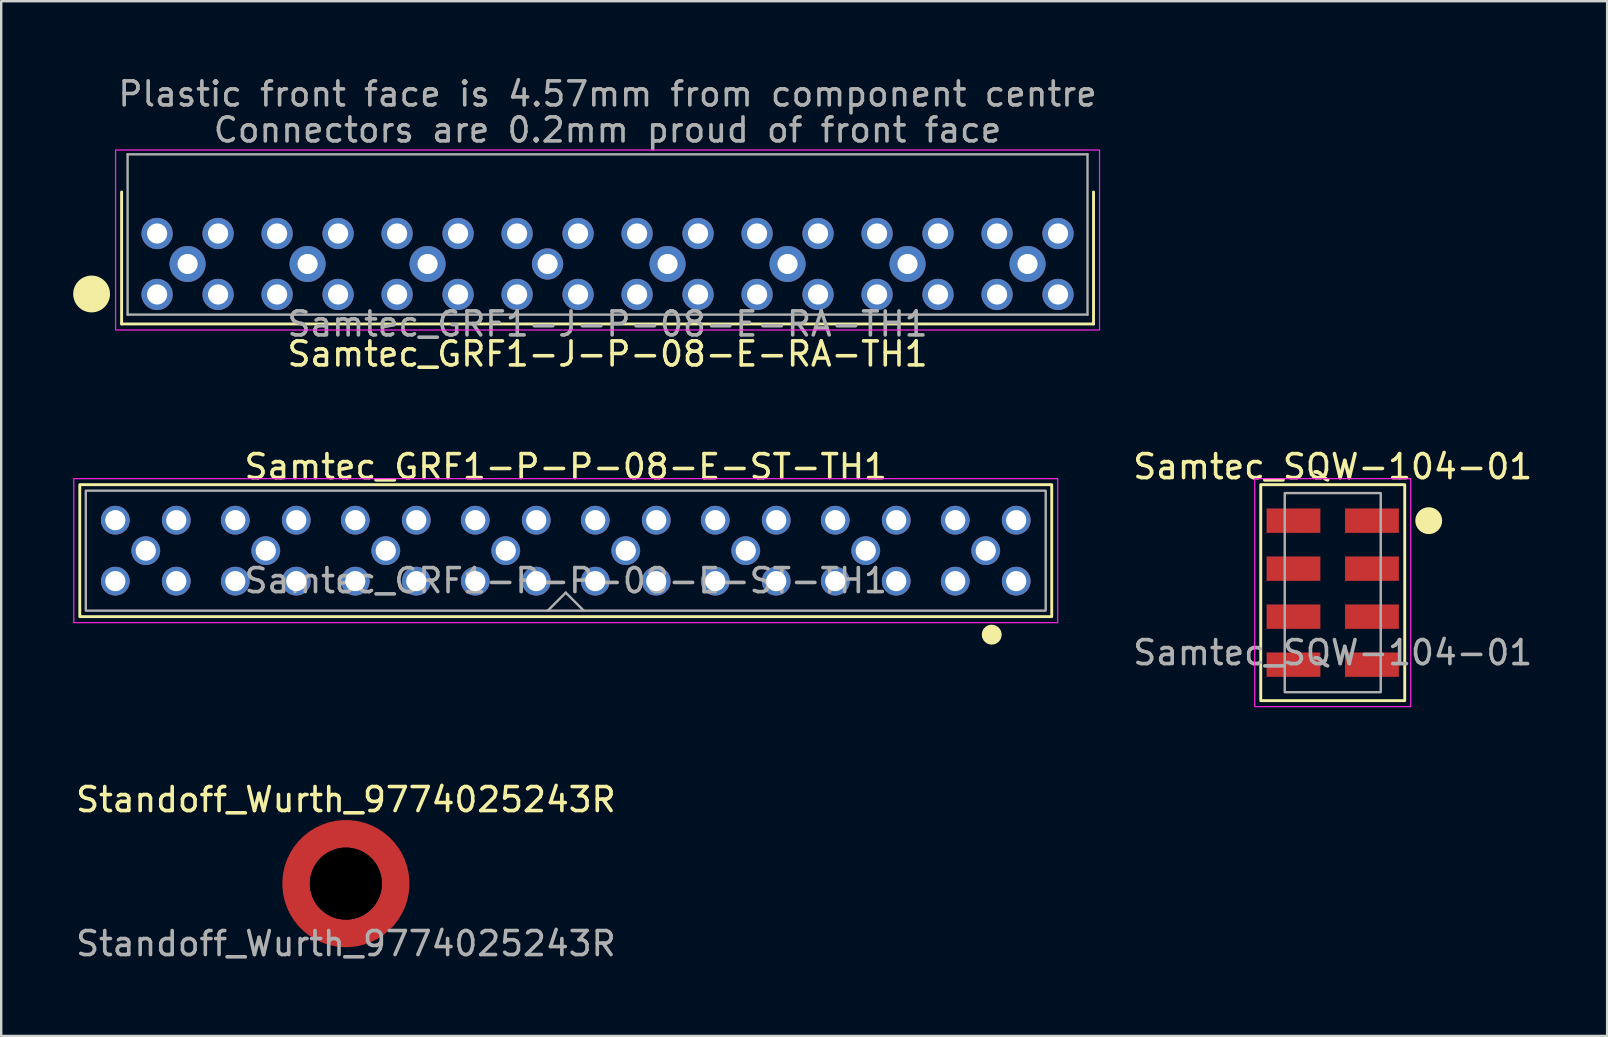
<source format=kicad_pcb>
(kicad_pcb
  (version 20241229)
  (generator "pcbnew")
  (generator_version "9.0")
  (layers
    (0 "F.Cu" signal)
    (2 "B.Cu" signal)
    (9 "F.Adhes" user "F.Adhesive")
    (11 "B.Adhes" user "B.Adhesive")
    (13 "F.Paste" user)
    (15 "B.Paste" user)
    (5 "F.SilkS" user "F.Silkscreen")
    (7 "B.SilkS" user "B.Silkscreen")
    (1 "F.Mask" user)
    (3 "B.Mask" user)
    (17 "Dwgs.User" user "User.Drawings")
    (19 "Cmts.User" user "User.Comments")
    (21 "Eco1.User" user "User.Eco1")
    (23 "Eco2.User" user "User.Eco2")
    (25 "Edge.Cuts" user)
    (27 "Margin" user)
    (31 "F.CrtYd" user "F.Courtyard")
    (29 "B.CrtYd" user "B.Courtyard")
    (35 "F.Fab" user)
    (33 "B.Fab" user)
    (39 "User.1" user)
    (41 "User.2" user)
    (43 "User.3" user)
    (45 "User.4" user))
  (footprint "Samtec_GRF1-J-P-08-E-RA-TH1"
    (layer "F.Cu")
    (at 22.267 7.95)
    (property "Reference" "Samtec_GRF1-J-P-08-E-RA-TH1" (at 0 3.75 0) (unlocked yes) (layer "F.SilkS") (effects (font (size 1 1) (thickness 0.15))))
    (attr through_hole)
    (fp_line (start -20.25 -3) (end -20.25 2.5) (stroke (width 0.12) (type default)) (layer "F.SilkS"))
    (fp_line (start -20.25 2.5) (end 20.25 2.5) (stroke (width 0.12) (type default)) (layer "F.SilkS"))
    (fp_line (start 20.25 2.5) (end 20.25 -3) (stroke (width 0.12) (type default)) (layer "F.SilkS"))
    (fp_circle (center -21.5 1.25) (end -20.793 1.25) (stroke (width 0.12) (type solid)) (fill yes) (layer "F.SilkS"))
    (fp_rect (start -20.5 -4.75) (end 20.5 2.75) (stroke (width 0.05) (type default)) (fill no) (layer "F.CrtYd"))
    (fp_line (start -20 -4.57) (end -20 2.11) (stroke (width 0.1) (type default)) (layer "F.Fab"))
    (fp_line (start -20 -4.57) (end 20 -4.57) (stroke (width 0.1) (type default)) (layer "F.Fab"))
    (fp_line (start 20 -4.57) (end 20 2.11) (stroke (width 0.1) (type default)) (layer "F.Fab"))
    (fp_line (start 20 2.11) (end -20 2.11) (stroke (width 0.1) (type default)) (layer "F.Fab"))
    (fp_text user "Connectors are 0.2mm proud of front face" (at 0 -5 0) (unlocked yes) (layer "F.Fab") (effects (font (size 1 1) (thickness 0.15)) (justify bottom)))
    (fp_text user "Plastic front face is 4.57mm from component centre" (at 0 -6.5 0) (unlocked yes) (layer "F.Fab") (effects (font (size 1 1) (thickness 0.15)) (justify bottom)))
    (fp_text user "${REFERENCE}" (at 0 2.5 0) (unlocked yes) (layer "F.Fab") (effects (font (size 1 1) (thickness 0.15))))
    (pad "1" thru_hole circle (at -17.5 0) (size 1.5 1.5) (drill 0.84) (layers "*.Cu" "*.Mask"))
    (pad "2" thru_hole circle (at -12.5 0) (size 1.5 1.5) (drill 0.84) (layers "*.Cu" "*.Mask"))
    (pad "3" thru_hole circle (at -7.5 0) (size 1.5 1.5) (drill 0.84) (layers "*.Cu" "*.Mask"))
    (pad "4" thru_hole circle (at -2.5 0) (size 1.3 1.3) (drill 0.84) (layers "*.Cu" "*.Mask"))
    (pad "5" thru_hole circle (at 2.5 0) (size 1.5 1.5) (drill 0.84) (layers "*.Cu" "*.Mask"))
    (pad "6" thru_hole circle (at 7.5 0) (size 1.5 1.5) (drill 0.84) (layers "*.Cu" "*.Mask"))
    (pad "7" thru_hole circle (at 12.5 0) (size 1.5 1.5) (drill 0.84) (layers "*.Cu" "*.Mask"))
    (pad "8" thru_hole circle (at 17.5 0) (size 1.5 1.5) (drill 0.84) (layers "*.Cu" "*.Mask"))
    (pad "SH1" thru_hole circle (at -18.77 -1.27) (size 1.3 1.3) (drill 0.84) (layers "*.Cu" "*.Mask"))
    (pad "SH1" thru_hole circle (at -18.77 1.27) (size 1.3 1.3) (drill 0.84) (layers "*.Cu" "*.Mask"))
    (pad "SH1" thru_hole circle (at -16.23 -1.27) (size 1.3 1.3) (drill 0.84) (layers "*.Cu" "*.Mask"))
    (pad "SH1" thru_hole circle (at -16.23 1.27) (size 1.3 1.3) (drill 0.84) (layers "*.Cu" "*.Mask"))
    (pad "SH2" thru_hole circle (at -13.77 -1.27) (size 1.3 1.3) (drill 0.84) (layers "*.Cu" "*.Mask"))
    (pad "SH2" thru_hole circle (at -13.77 1.27) (size 1.3 1.3) (drill 0.84) (layers "*.Cu" "*.Mask"))
    (pad "SH2" thru_hole circle (at -11.23 -1.27) (size 1.3 1.3) (drill 0.84) (layers "*.Cu" "*.Mask"))
    (pad "SH2" thru_hole circle (at -11.23 1.27) (size 1.3 1.3) (drill 0.84) (layers "*.Cu" "*.Mask"))
    (pad "SH3" thru_hole circle (at -8.77 -1.27) (size 1.3 1.3) (drill 0.84) (layers "*.Cu" "*.Mask"))
    (pad "SH3" thru_hole circle (at -8.77 1.27) (size 1.3 1.3) (drill 0.84) (layers "*.Cu" "*.Mask"))
    (pad "SH3" thru_hole circle (at -6.23 -1.27) (size 1.3 1.3) (drill 0.84) (layers "*.Cu" "*.Mask"))
    (pad "SH3" thru_hole circle (at -6.23 1.27) (size 1.3 1.3) (drill 0.84) (layers "*.Cu" "*.Mask"))
    (pad "SH4" thru_hole circle (at -3.77 -1.27) (size 1.3 1.3) (drill 0.84) (layers "*.Cu" "*.Mask"))
    (pad "SH4" thru_hole circle (at -3.77 1.27) (size 1.3 1.3) (drill 0.84) (layers "*.Cu" "*.Mask"))
    (pad "SH4" thru_hole circle (at -1.23 -1.27) (size 1.3 1.3) (drill 0.84) (layers "*.Cu" "*.Mask"))
    (pad "SH4" thru_hole circle (at -1.23 1.27) (size 1.3 1.3) (drill 0.84) (layers "*.Cu" "*.Mask"))
    (pad "SH5" thru_hole circle (at 1.23 -1.27) (size 1.3 1.3) (drill 0.84) (layers "*.Cu" "*.Mask"))
    (pad "SH5" thru_hole circle (at 1.23 1.27) (size 1.3 1.3) (drill 0.84) (layers "*.Cu" "*.Mask"))
    (pad "SH5" thru_hole circle (at 3.77 -1.27) (size 1.3 1.3) (drill 0.84) (layers "*.Cu" "*.Mask"))
    (pad "SH5" thru_hole circle (at 3.77 1.27) (size 1.3 1.3) (drill 0.84) (layers "*.Cu" "*.Mask"))
    (pad "SH6" thru_hole circle (at 6.23 -1.27) (size 1.3 1.3) (drill 0.84) (layers "*.Cu" "*.Mask"))
    (pad "SH6" thru_hole circle (at 6.23 1.27) (size 1.3 1.3) (drill 0.84) (layers "*.Cu" "*.Mask"))
    (pad "SH6" thru_hole circle (at 8.77 -1.27) (size 1.3 1.3) (drill 0.84) (layers "*.Cu" "*.Mask"))
    (pad "SH6" thru_hole circle (at 8.77 1.27) (size 1.3 1.3) (drill 0.84) (layers "*.Cu" "*.Mask"))
    (pad "SH7" thru_hole circle (at 11.23 -1.27) (size 1.3 1.3) (drill 0.84) (layers "*.Cu" "*.Mask"))
    (pad "SH7" thru_hole circle (at 11.23 1.27) (size 1.3 1.3) (drill 0.84) (layers "*.Cu" "*.Mask"))
    (pad "SH7" thru_hole circle (at 13.77 -1.27) (size 1.3 1.3) (drill 0.84) (layers "*.Cu" "*.Mask"))
    (pad "SH7" thru_hole circle (at 13.77 1.27) (size 1.3 1.3) (drill 0.84) (layers "*.Cu" "*.Mask"))
    (pad "SH8" thru_hole circle (at 16.23 -1.27) (size 1.3 1.3) (drill 0.84) (layers "*.Cu" "*.Mask"))
    (pad "SH8" thru_hole circle (at 16.23 1.27) (size 1.3 1.3) (drill 0.84) (layers "*.Cu" "*.Mask"))
    (pad "SH8" thru_hole circle (at 18.77 -1.27) (size 1.3 1.3) (drill 0.84) (layers "*.Cu" "*.Mask"))
    (pad "SH8" thru_hole circle (at 18.77 1.27) (size 1.3 1.3) (drill 0.84) (layers "*.Cu" "*.Mask")))
  (footprint "Samtec_GRF1-P-P-08-E-ST-TH1"
    (layer "F.Cu")
    (at 20.525 19.896)
    (property "Reference" "Samtec_GRF1-P-P-08-E-ST-TH1" (at 0 -3.5 0) (unlocked yes) (layer "F.SilkS") (effects (font (size 1 1) (thickness 0.15))))
    (attr through_hole)
    (fp_rect (start -20.25 -2.75) (end 20.25 2.75) (stroke (width 0.12) (type default)) (fill no) (layer "F.SilkS"))
    (fp_circle (center 17.75 3.5) (end 18.104 3.5) (stroke (width 0.12) (type solid)) (fill yes) (layer "F.SilkS"))
    (fp_rect (start 20.5 3) (end -20.5 -3) (stroke (width 0.05) (type default)) (fill no) (layer "F.CrtYd"))
    (fp_line (start 0 1.75) (end -0.75 2.5) (stroke (width 0.1) (type default)) (layer "F.Fab"))
    (fp_line (start 0 1.75) (end 0.75 2.5) (stroke (width 0.1) (type default)) (layer "F.Fab"))
    (fp_rect (start -20 -2.5) (end 20 2.5) (stroke (width 0.1) (type default)) (fill no) (layer "F.Fab"))
    (fp_text user "${REFERENCE}" (at 0 1.25 0) (unlocked yes) (layer "F.Fab") (effects (font (size 1 1) (thickness 0.15))))
    (pad "1" thru_hole circle (at 17.5 0 180) (size 1.2 1.2) (drill 0.84) (layers "*.Cu" "*.Mask"))
    (pad "2" thru_hole circle (at 12.5 0 180) (size 1.2 1.2) (drill 0.84) (layers "*.Cu" "*.Mask"))
    (pad "3" thru_hole circle (at 7.5 0 180) (size 1.2 1.2) (drill 0.84) (layers "*.Cu" "*.Mask"))
    (pad "4" thru_hole circle (at 2.5 0 180) (size 1.2 1.2) (drill 0.84) (layers "*.Cu" "*.Mask"))
    (pad "5" thru_hole circle (at -2.5 0 180) (size 1.2 1.2) (drill 0.84) (layers "*.Cu" "*.Mask"))
    (pad "6" thru_hole circle (at -7.5 0 180) (size 1.2 1.2) (drill 0.84) (layers "*.Cu" "*.Mask"))
    (pad "7" thru_hole circle (at -12.5 0 180) (size 1.2 1.2) (drill 0.84) (layers "*.Cu" "*.Mask"))
    (pad "8" thru_hole circle (at -17.5 0 180) (size 1.2 1.2) (drill 0.84) (layers "*.Cu" "*.Mask"))
    (pad "SH1" thru_hole circle (at 16.23 -1.27 180) (size 1.2 1.2) (drill 0.84) (layers "*.Cu" "*.Mask"))
    (pad "SH1" thru_hole circle (at 16.23 1.27 180) (size 1.2 1.2) (drill 0.84) (layers "*.Cu" "*.Mask"))
    (pad "SH1" thru_hole circle (at 18.77 -1.27 180) (size 1.2 1.2) (drill 0.84) (layers "*.Cu" "*.Mask"))
    (pad "SH1" thru_hole circle (at 18.77 1.27 180) (size 1.2 1.2) (drill 0.84) (layers "*.Cu" "*.Mask"))
    (pad "SH2" thru_hole circle (at 11.23 -1.27 180) (size 1.2 1.2) (drill 0.84) (layers "*.Cu" "*.Mask"))
    (pad "SH2" thru_hole circle (at 11.23 1.27 180) (size 1.2 1.2) (drill 0.84) (layers "*.Cu" "*.Mask"))
    (pad "SH2" thru_hole circle (at 13.77 -1.27 180) (size 1.2 1.2) (drill 0.84) (layers "*.Cu" "*.Mask"))
    (pad "SH2" thru_hole circle (at 13.77 1.27 180) (size 1.2 1.2) (drill 0.84) (layers "*.Cu" "*.Mask"))
    (pad "SH3" thru_hole circle (at 6.23 -1.27 180) (size 1.2 1.2) (drill 0.84) (layers "*.Cu" "*.Mask"))
    (pad "SH3" thru_hole circle (at 6.23 1.27 180) (size 1.2 1.2) (drill 0.84) (layers "*.Cu" "*.Mask"))
    (pad "SH3" thru_hole circle (at 8.77 -1.27 180) (size 1.2 1.2) (drill 0.84) (layers "*.Cu" "*.Mask"))
    (pad "SH3" thru_hole circle (at 8.77 1.27 180) (size 1.2 1.2) (drill 0.84) (layers "*.Cu" "*.Mask"))
    (pad "SH4" thru_hole circle (at 1.23 -1.27 180) (size 1.2 1.2) (drill 0.84) (layers "*.Cu" "*.Mask"))
    (pad "SH4" thru_hole circle (at 1.23 1.27 180) (size 1.2 1.2) (drill 0.84) (layers "*.Cu" "*.Mask"))
    (pad "SH4" thru_hole circle (at 3.77 -1.27 180) (size 1.2 1.2) (drill 0.84) (layers "*.Cu" "*.Mask"))
    (pad "SH4" thru_hole circle (at 3.77 1.27 180) (size 1.2 1.2) (drill 0.84) (layers "*.Cu" "*.Mask"))
    (pad "SH5" thru_hole circle (at -3.77 -1.27 180) (size 1.2 1.2) (drill 0.84) (layers "*.Cu" "*.Mask"))
    (pad "SH5" thru_hole circle (at -3.77 1.27 180) (size 1.2 1.2) (drill 0.84) (layers "*.Cu" "*.Mask"))
    (pad "SH5" thru_hole circle (at -1.23 -1.27 180) (size 1.2 1.2) (drill 0.84) (layers "*.Cu" "*.Mask"))
    (pad "SH5" thru_hole circle (at -1.23 1.27 180) (size 1.2 1.2) (drill 0.84) (layers "*.Cu" "*.Mask"))
    (pad "SH6" thru_hole circle (at -8.77 -1.27 180) (size 1.2 1.2) (drill 0.84) (layers "*.Cu" "*.Mask"))
    (pad "SH6" thru_hole circle (at -8.77 1.27 180) (size 1.2 1.2) (drill 0.84) (layers "*.Cu" "*.Mask"))
    (pad "SH6" thru_hole circle (at -6.23 -1.27 180) (size 1.2 1.2) (drill 0.84) (layers "*.Cu" "*.Mask"))
    (pad "SH6" thru_hole circle (at -6.23 1.27 180) (size 1.2 1.2) (drill 0.84) (layers "*.Cu" "*.Mask"))
    (pad "SH7" thru_hole circle (at -13.77 -1.27 180) (size 1.2 1.2) (drill 0.84) (layers "*.Cu" "*.Mask"))
    (pad "SH7" thru_hole circle (at -13.77 1.27 180) (size 1.2 1.2) (drill 0.84) (layers "*.Cu" "*.Mask"))
    (pad "SH7" thru_hole circle (at -11.23 -1.27 180) (size 1.2 1.2) (drill 0.84) (layers "*.Cu" "*.Mask"))
    (pad "SH7" thru_hole circle (at -11.23 1.27 180) (size 1.2 1.2) (drill 0.84) (layers "*.Cu" "*.Mask"))
    (pad "SH8" thru_hole circle (at -18.77 -1.27 180) (size 1.2 1.2) (drill 0.84) (layers "*.Cu" "*.Mask"))
    (pad "SH8" thru_hole circle (at -18.77 1.27 180) (size 1.2 1.2) (drill 0.84) (layers "*.Cu" "*.Mask"))
    (pad "SH8" thru_hole circle (at -16.23 -1.27 180) (size 1.2 1.2) (drill 0.84) (layers "*.Cu" "*.Mask"))
    (pad "SH8" thru_hole circle (at -16.23 1.27 180) (size 1.2 1.2) (drill 0.84) (layers "*.Cu" "*.Mask")))
  (footprint "Samtec_SQW-104-01"
    (layer "F.Cu")
    (at 52.485 21.646)
    (property "Reference" "Samtec_SQW-104-01" (at 0 -5.25 0) (unlocked yes) (layer "F.SilkS") (effects (font (size 1 1) (thickness 0.15))))
    (attr smd)
    (fp_rect (start -3 -4.5) (end 3 4.5) (stroke (width 0.12) (type default)) (fill no) (layer "F.SilkS"))
    (fp_circle (center 4 -3) (end 4.5 -3) (stroke (width 0.12) (type solid)) (fill yes) (layer "F.SilkS"))
    (fp_rect (start -3.25 -4.75) (end 3.25 4.75) (stroke (width 0.05) (type default)) (fill no) (layer "F.CrtYd"))
    (fp_rect (start -2 -4.149) (end 2 4.149) (stroke (width 0.1) (type default)) (fill no) (layer "F.Fab"))
    (fp_text user "${REFERENCE}" (at 0 2.5 0) (unlocked yes) (layer "F.Fab") (effects (font (size 1 1) (thickness 0.15))))
    (pad "1" smd rect (at 1.635 -3) (size 2.24 1.016) (layers "F.Cu" "F.Mask" "F.Paste"))
    (pad "2" smd rect (at -1.635 -3) (size 2.24 1.016) (layers "F.Cu" "F.Mask" "F.Paste"))
    (pad "3" smd rect (at 1.635 -1) (size 2.24 1.016) (layers "F.Cu" "F.Mask" "F.Paste"))
    (pad "4" smd rect (at -1.635 -1) (size 2.24 1.016) (layers "F.Cu" "F.Mask" "F.Paste"))
    (pad "5" smd rect (at 1.635 1) (size 2.24 1.016) (layers "F.Cu" "F.Mask" "F.Paste"))
    (pad "6" smd rect (at -1.635 1) (size 2.24 1.016) (layers "F.Cu" "F.Mask" "F.Paste"))
    (pad "7" smd rect (at 1.635 3) (size 2.24 1.016) (layers "F.Cu" "F.Mask" "F.Paste"))
    (pad "8" smd rect (at -1.635 3) (size 2.24 1.016) (layers "F.Cu" "F.Mask" "F.Paste")))
  (footprint "Standoff_Wurth_9774025243R"
    (layer "F.Cu")
    (at 11.363 33.77)
    (property "Reference" "Standoff_Wurth_9774025243R" (at 0 -3.5 0) (unlocked yes) (layer "F.SilkS") (effects (font (size 1 1) (thickness 0.15))))
    (attr smd)
    (fp_text user "${REFERENCE}" (at 0 2.5 0) (unlocked yes) (layer "F.Fab") (effects (font (size 1 1) (thickness 0.15))))
    (pad "" smd custom (at -2.055 0) (size 1 1) (layers "F.Paste") (options (anchor circle)) (primitives (gr_circle (center 2.055 0) (end 4.11 0) (width 1.01) (fill no))))
    (pad "" np_thru_hole circle (at 0 0) (size 3 3) (drill 3) (layers "*.Mask"))
    (pad "1" smd custom (at -2.075 0) (size 1.15 1.15) (layers "F.Cu" "F.Mask") (options (anchor circle)) (primitives (gr_circle (center 2.075 0) (end 4.15 0) (width 1.15) (fill no)))))
  (gr_rect
    (start -3 -3)
    (end 63.919 40.118)
    (stroke (width 0.1) (type default))
    (fill no)
    (layer "Edge.Cuts")))
</source>
